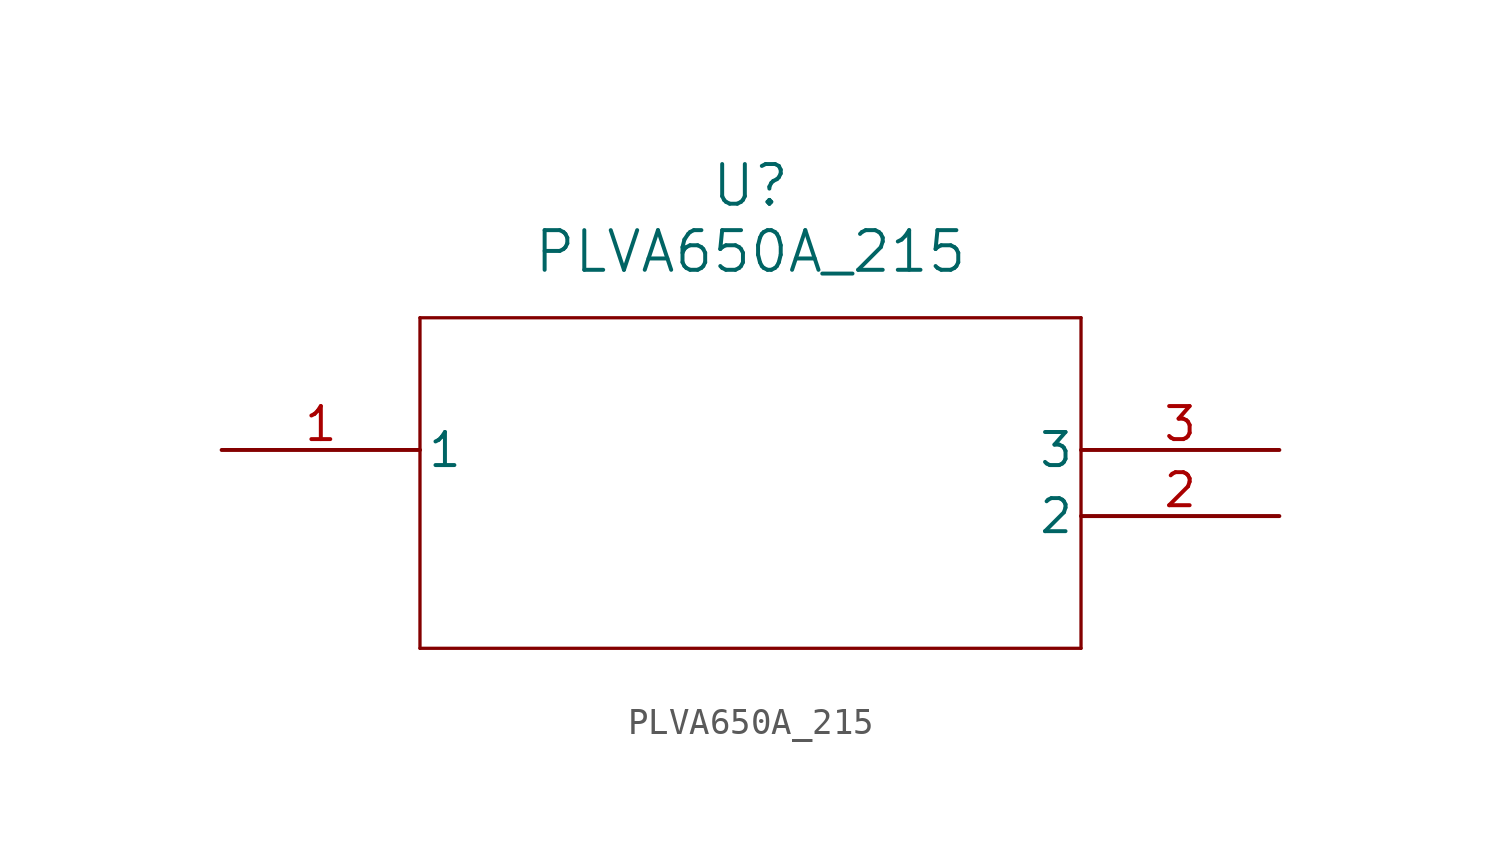
<source format=kicad_sym>
(kicad_symbol_lib
  (version 20211014)
  (generator kicad_symbol_editor)
  (symbol "PLVA650A_215"
    (pin_names
      (offset 0.254))
    (property "Reference" "U"
      (at 20.32 10.16 0)
      (effects (font (size 1.524 1.524))))
    (property "Value" "PLVA650A_215"
      (at 20.32 7.62 0)
      (effects (font (size 1.524 1.524))))
    (symbol "PLVA650A_215_0_1"
      (polyline (pts (xy 7.62 5.08) (xy 7.62 -7.62)) (stroke (width 0.127) (type default) (color 0 0 0 0)) (fill (type none)))
      (polyline (pts (xy 7.62 -7.62) (xy 33.02 -7.62)) (stroke (width 0.127) (type default) (color 0 0 0 0)) (fill (type none)))
      (polyline (pts (xy 33.02 -7.62) (xy 33.02 5.08)) (stroke (width 0.127) (type default) (color 0 0 0 0)) (fill (type none)))
      (polyline (pts (xy 33.02 5.08) (xy 7.62 5.08)) (stroke (width 0.127) (type default) (color 0 0 0 0)) (fill (type none)))
      (pin unspecified line (at 0 0 0) (length 7.62) (name "1" (effects (font (size 1.27 1.27)))) (number "1" (effects (font (size 1.27 1.27)))))
      (pin unspecified line (at 40.64 -2.54 180) (length 7.62) (name "2" (effects (font (size 1.27 1.27)))) (number "2" (effects (font (size 1.27 1.27)))))
      (pin unspecified line (at 40.64 0 180) (length 7.62) (name "3" (effects (font (size 1.27 1.27)))) (number "3" (effects (font (size 1.27 1.27))))))))
</source>
